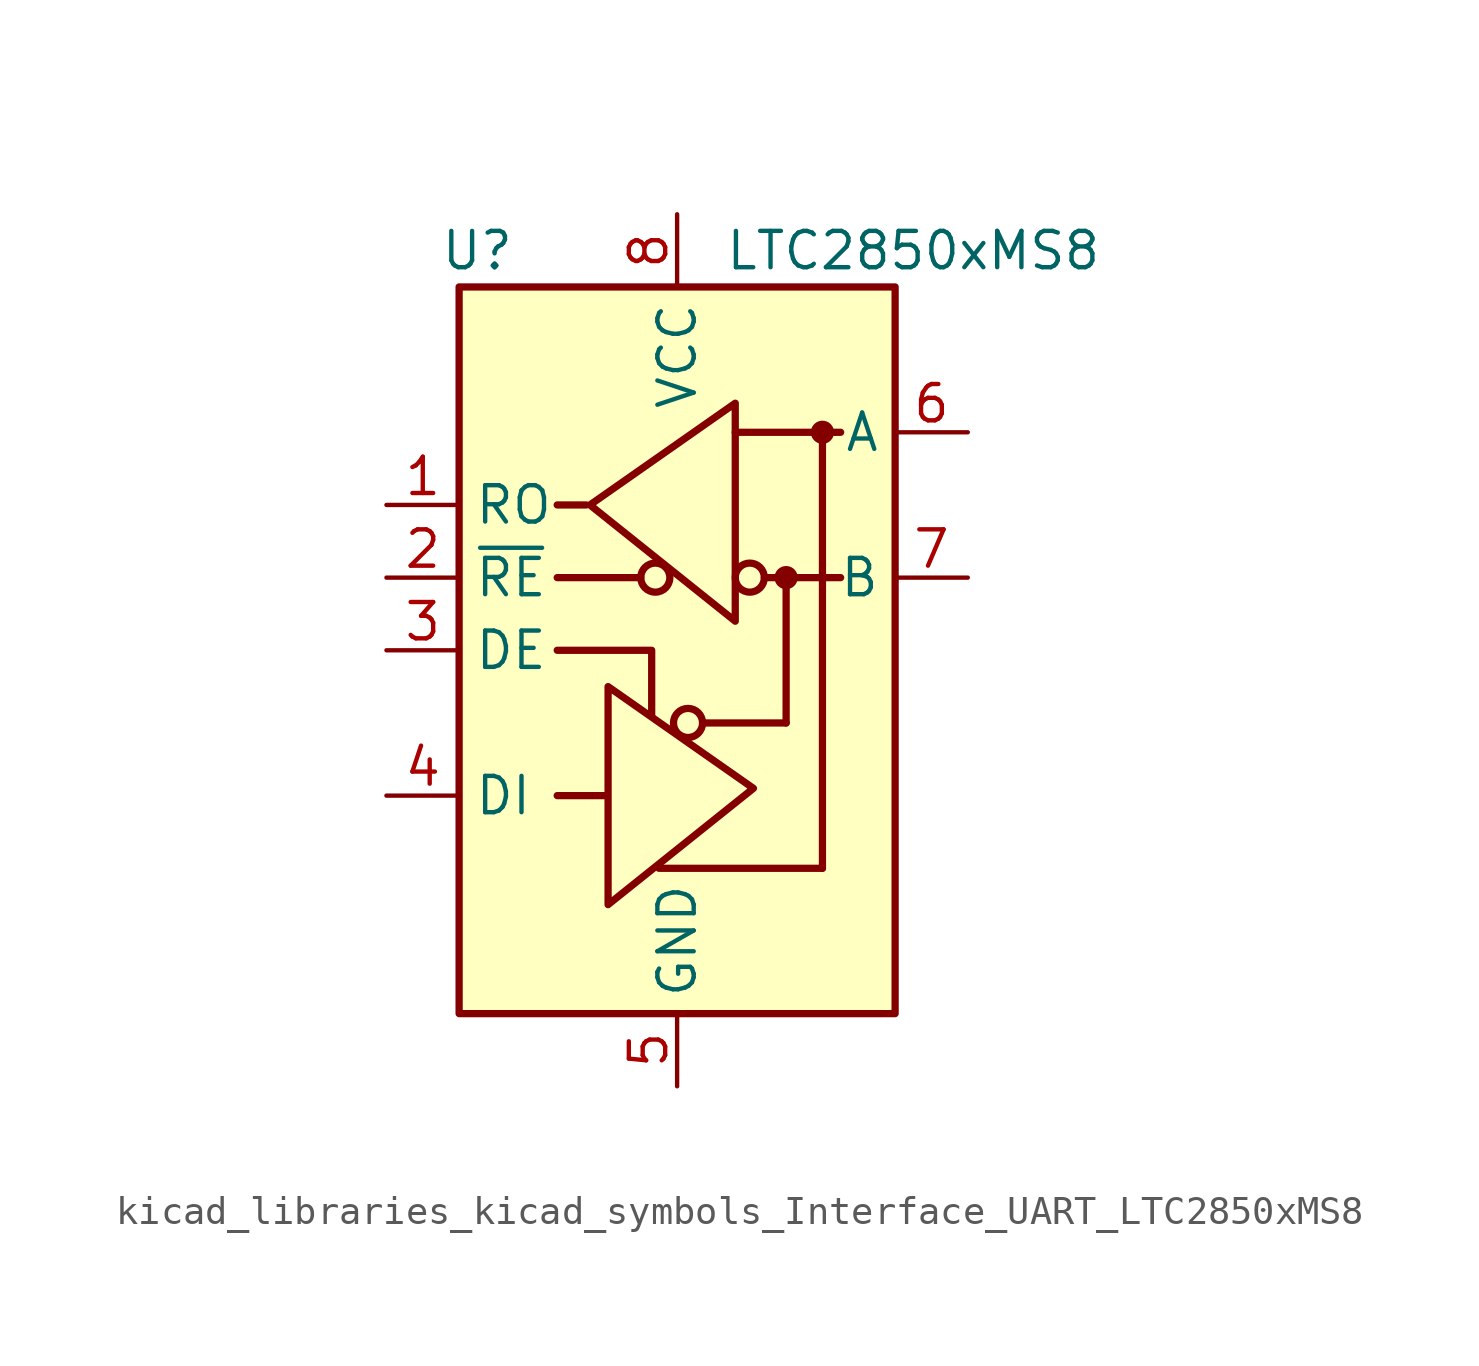
<source format=kicad_sym>
(kicad_symbol_lib
  (version 20220914)
  (generator kicad_symbol_editor)
  (symbol "kicad_libraries_kicad_symbols_Interface_UART_LTC2850xMS8"
    (property "Reference" "U"
      (at -6.985 13.97 0)
      (effects (font (size 1.27 1.27))))
    (property "Value" "LTC2850xMS8"
      (at 8.255 13.97 0)
      (effects (font (size 1.27 1.27))))
    (symbol "kicad_libraries_kicad_symbols_Interface_UART_LTC2850xMS8_0_1"
      (rectangle (start -7.62 12.7) (end 7.62 -12.7) (stroke (width 0.254) (type default)) (fill (type background))))
    (symbol "kicad_libraries_kicad_symbols_Interface_UART_LTC2850xMS8_1_1"
      (circle (center -0.762 2.54) (radius 0.508) (stroke (width 0.254) (type default)) (fill (type none)))
      (polyline (pts (xy -4.191 2.54) (xy -1.27 2.54)) (stroke (width 0.254) (type default)) (fill (type none)))
      (polyline (pts (xy -2.54 -5.08) (xy -4.191 -5.08)) (stroke (width 0.254) (type default)) (fill (type none)))
      (polyline (pts (xy -0.635 -7.62) (xy 5.08 -7.62)) (stroke (width 0.254) (type default)) (fill (type none)))
      (polyline (pts (xy 0.889 -2.54) (xy 3.81 -2.54)) (stroke (width 0.254) (type default)) (fill (type none)))
      (polyline (pts (xy 2.032 7.62) (xy 5.715 7.62)) (stroke (width 0.254) (type default)) (fill (type none)))
      (polyline (pts (xy 3.048 2.54) (xy 5.715 2.54)) (stroke (width 0.254) (type default)) (fill (type none)))
      (polyline (pts (xy 3.81 -2.54) (xy 3.81 2.54)) (stroke (width 0.254) (type default)) (fill (type none)))
      (polyline (pts (xy 5.08 -7.62) (xy 5.08 7.62)) (stroke (width 0.254) (type default)) (fill (type none)))
      (polyline (pts (xy -4.191 0) (xy -0.889 0) (xy -0.889 -2.286)) (stroke (width 0.254) (type default)) (fill (type none)))
      (polyline (pts (xy -3.175 5.08) (xy -4.191 5.08) (xy -4.064 5.08)) (stroke (width 0.254) (type default)) (fill (type none)))
      (polyline (pts (xy -2.413 -5.08) (xy -2.413 -1.27) (xy 2.667 -4.826) (xy -2.413 -8.89) (xy -2.413 -5.08)) (stroke (width 0.254) (type default)) (fill (type none)))
      (polyline (pts (xy 2.032 4.826) (xy 2.032 8.636) (xy -3.048 5.08) (xy 2.032 1.016) (xy 2.032 4.826)) (stroke (width 0.254) (type default)) (fill (type none)))
      (circle (center 0.381 -2.54) (radius 0.508) (stroke (width 0.254) (type default)) (fill (type none)))
      (circle (center 2.54 2.54) (radius 0.508) (stroke (width 0.254) (type default)) (fill (type none)))
      (circle (center 3.81 2.54) (radius 0.279) (stroke (width 0.254) (type default)) (fill (type outline)))
      (circle (center 5.08 7.62) (radius 0.279) (stroke (width 0.254) (type default)) (fill (type outline)))
      (pin output line (at -10.16 5.08 0) (length 2.54) (name "RO" (effects (font (size 1.27 1.27)))) (number "1" (effects (font (size 1.27 1.27)))))
      (pin input line (at -10.16 2.54 0) (length 2.54) (name "~{RE}" (effects (font (size 1.27 1.27)))) (number "2" (effects (font (size 1.27 1.27)))))
      (pin input line (at -10.16 0 0) (length 2.54) (name "DE" (effects (font (size 1.27 1.27)))) (number "3" (effects (font (size 1.27 1.27)))))
      (pin input line (at -10.16 -5.08 0) (length 2.54) (name "DI" (effects (font (size 1.27 1.27)))) (number "4" (effects (font (size 1.27 1.27)))))
      (pin power_in line (at 0 -15.24 90) (length 2.54) (name "GND" (effects (font (size 1.27 1.27)))) (number "5" (effects (font (size 1.27 1.27)))))
      (pin bidirectional line (at 10.16 7.62 180) (length 2.54) (name "A" (effects (font (size 1.27 1.27)))) (number "6" (effects (font (size 1.27 1.27)))))
      (pin bidirectional line (at 10.16 2.54 180) (length 2.54) (name "B" (effects (font (size 1.27 1.27)))) (number "7" (effects (font (size 1.27 1.27)))))
      (pin power_in line (at 0 15.24 270) (length 2.54) (name "VCC" (effects (font (size 1.27 1.27)))) (number "8" (effects (font (size 1.27 1.27))))))))
</source>
